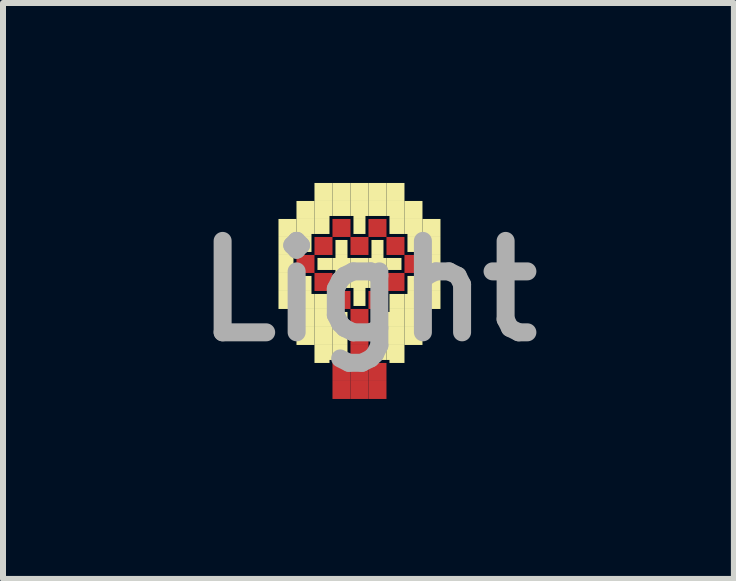
<source format=kicad_pcb>
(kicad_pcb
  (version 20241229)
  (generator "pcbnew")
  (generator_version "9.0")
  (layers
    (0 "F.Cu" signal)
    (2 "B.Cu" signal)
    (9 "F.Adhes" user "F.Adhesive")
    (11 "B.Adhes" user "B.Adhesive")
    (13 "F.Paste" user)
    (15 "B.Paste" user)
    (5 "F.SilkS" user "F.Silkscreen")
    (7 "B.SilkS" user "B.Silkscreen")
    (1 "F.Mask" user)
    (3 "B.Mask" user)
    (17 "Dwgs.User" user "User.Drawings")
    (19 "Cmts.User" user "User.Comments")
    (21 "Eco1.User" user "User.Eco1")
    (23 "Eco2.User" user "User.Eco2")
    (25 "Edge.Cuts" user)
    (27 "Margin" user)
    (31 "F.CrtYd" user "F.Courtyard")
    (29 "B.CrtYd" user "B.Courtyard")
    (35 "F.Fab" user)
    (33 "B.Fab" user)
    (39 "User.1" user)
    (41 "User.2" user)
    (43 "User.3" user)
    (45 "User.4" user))
  (footprint "Light"
    (layer "F.Cu")
    (at 3.092 1.8)
    (property "Reference" "Light" (at 0 0 0) (layer "F.Fab") (effects (font (size 1.524 1.524) (thickness 0.3))))
    (attr board_only exclude_from_pos_files exclude_from_bom)
    (fp_poly (pts (xy -1.2 -0.6) (xy -0.9 -0.6) (xy -0.9 -0.3) (xy -1.2 -0.3)) (stroke (width 0) (type solid)) (fill yes) (layer "F.Cu"))
    (fp_poly (pts (xy -0.9 -0.9) (xy -0.6 -0.9) (xy -0.6 -0.6) (xy -0.9 -0.6)) (stroke (width 0) (type solid)) (fill yes) (layer "F.Cu"))
    (fp_poly (pts (xy -0.9 -0.3) (xy -0.6 -0.3) (xy -0.6 0) (xy -0.9 0)) (stroke (width 0) (type solid)) (fill yes) (layer "F.Cu"))
    (fp_poly (pts (xy -0.6 -1.2) (xy -0.3 -1.2) (xy -0.3 -0.9) (xy -0.6 -0.9)) (stroke (width 0) (type solid)) (fill yes) (layer "F.Cu"))
    (fp_poly (pts (xy -0.6 0) (xy -0.3 0) (xy -0.3 0.3) (xy -0.6 0.3)) (stroke (width 0) (type solid)) (fill yes) (layer "F.Cu"))
    (fp_poly (pts (xy -0.6 1.2) (xy -0.3 1.2) (xy -0.3 1.5) (xy -0.6 1.5)) (stroke (width 0) (type solid)) (fill yes) (layer "F.Cu"))
    (fp_poly (pts (xy -0.6 1.5) (xy -0.3 1.5) (xy -0.3 1.8) (xy -0.6 1.8)) (stroke (width 0) (type solid)) (fill yes) (layer "F.Cu"))
    (fp_poly (pts (xy -0.3 -0.9) (xy 0 -0.9) (xy 0 -0.6) (xy -0.3 -0.6)) (stroke (width 0) (type solid)) (fill yes) (layer "F.Cu"))
    (fp_poly (pts (xy -0.3 0.3) (xy 0 0.3) (xy 0 0.6) (xy -0.3 0.6)) (stroke (width 0) (type solid)) (fill yes) (layer "F.Cu"))
    (fp_poly (pts (xy -0.3 0.6) (xy 0 0.6) (xy 0 0.9) (xy -0.3 0.9)) (stroke (width 0) (type solid)) (fill yes) (layer "F.Cu"))
    (fp_poly (pts (xy -0.3 0.9) (xy 0 0.9) (xy 0 1.2) (xy -0.3 1.2)) (stroke (width 0) (type solid)) (fill yes) (layer "F.Cu"))
    (fp_poly (pts (xy -0.3 1.2) (xy 0 1.2) (xy 0 1.5) (xy -0.3 1.5)) (stroke (width 0) (type solid)) (fill yes) (layer "F.Cu"))
    (fp_poly (pts (xy -0.3 1.5) (xy 0 1.5) (xy 0 1.8) (xy -0.3 1.8)) (stroke (width 0) (type solid)) (fill yes) (layer "F.Cu"))
    (fp_poly (pts (xy 0 -1.2) (xy 0.3 -1.2) (xy 0.3 -0.9) (xy 0 -0.9)) (stroke (width 0) (type solid)) (fill yes) (layer "F.Cu"))
    (fp_poly (pts (xy 0 0) (xy 0.3 0) (xy 0.3 0.3) (xy 0 0.3)) (stroke (width 0) (type solid)) (fill yes) (layer "F.Cu"))
    (fp_poly (pts (xy 0 1.2) (xy 0.3 1.2) (xy 0.3 1.5) (xy 0 1.5)) (stroke (width 0) (type solid)) (fill yes) (layer "F.Cu"))
    (fp_poly (pts (xy 0 1.5) (xy 0.3 1.5) (xy 0.3 1.8) (xy 0 1.8)) (stroke (width 0) (type solid)) (fill yes) (layer "F.Cu"))
    (fp_poly (pts (xy 0.3 -0.9) (xy 0.6 -0.9) (xy 0.6 -0.6) (xy 0.3 -0.6)) (stroke (width 0) (type solid)) (fill yes) (layer "F.Cu"))
    (fp_poly (pts (xy 0.3 -0.3) (xy 0.6 -0.3) (xy 0.6 0) (xy 0.3 0)) (stroke (width 0) (type solid)) (fill yes) (layer "F.Cu"))
    (fp_poly (pts (xy 0.6 -0.6) (xy 0.9 -0.6) (xy 0.9 -0.3) (xy 0.6 -0.3)) (stroke (width 0) (type solid)) (fill yes) (layer "F.Cu"))
    (fp_poly (pts (xy -1.2 -0.6) (xy -0.9 -0.6) (xy -0.9 -0.3) (xy -1.2 -0.3)) (stroke (width 0) (type solid)) (fill yes) (layer "F.Mask"))
    (fp_poly (pts (xy -0.9 -0.9) (xy -0.6 -0.9) (xy -0.6 -0.6) (xy -0.9 -0.6)) (stroke (width 0) (type solid)) (fill yes) (layer "F.Mask"))
    (fp_poly (pts (xy -0.9 -0.3) (xy -0.6 -0.3) (xy -0.6 0) (xy -0.9 0)) (stroke (width 0) (type solid)) (fill yes) (layer "F.Mask"))
    (fp_poly (pts (xy -0.6 -1.2) (xy -0.3 -1.2) (xy -0.3 -0.9) (xy -0.6 -0.9)) (stroke (width 0) (type solid)) (fill yes) (layer "F.Mask"))
    (fp_poly (pts (xy -0.6 0) (xy -0.3 0) (xy -0.3 0.3) (xy -0.6 0.3)) (stroke (width 0) (type solid)) (fill yes) (layer "F.Mask"))
    (fp_poly (pts (xy -0.6 1.2) (xy -0.3 1.2) (xy -0.3 1.5) (xy -0.6 1.5)) (stroke (width 0) (type solid)) (fill yes) (layer "F.Mask"))
    (fp_poly (pts (xy -0.6 1.5) (xy -0.3 1.5) (xy -0.3 1.8) (xy -0.6 1.8)) (stroke (width 0) (type solid)) (fill yes) (layer "F.Mask"))
    (fp_poly (pts (xy -0.3 -0.9) (xy 0 -0.9) (xy 0 -0.6) (xy -0.3 -0.6)) (stroke (width 0) (type solid)) (fill yes) (layer "F.Mask"))
    (fp_poly (pts (xy -0.3 0.3) (xy 0 0.3) (xy 0 0.6) (xy -0.3 0.6)) (stroke (width 0) (type solid)) (fill yes) (layer "F.Mask"))
    (fp_poly (pts (xy -0.3 0.6) (xy 0 0.6) (xy 0 0.9) (xy -0.3 0.9)) (stroke (width 0) (type solid)) (fill yes) (layer "F.Mask"))
    (fp_poly (pts (xy -0.3 0.9) (xy 0 0.9) (xy 0 1.2) (xy -0.3 1.2)) (stroke (width 0) (type solid)) (fill yes) (layer "F.Mask"))
    (fp_poly (pts (xy -0.3 1.2) (xy 0 1.2) (xy 0 1.5) (xy -0.3 1.5)) (stroke (width 0) (type solid)) (fill yes) (layer "F.Mask"))
    (fp_poly (pts (xy -0.3 1.5) (xy 0 1.5) (xy 0 1.8) (xy -0.3 1.8)) (stroke (width 0) (type solid)) (fill yes) (layer "F.Mask"))
    (fp_poly (pts (xy 0 -1.2) (xy 0.3 -1.2) (xy 0.3 -0.9) (xy 0 -0.9)) (stroke (width 0) (type solid)) (fill yes) (layer "F.Mask"))
    (fp_poly (pts (xy 0 0) (xy 0.3 0) (xy 0.3 0.3) (xy 0 0.3)) (stroke (width 0) (type solid)) (fill yes) (layer "F.Mask"))
    (fp_poly (pts (xy 0 1.2) (xy 0.3 1.2) (xy 0.3 1.5) (xy 0 1.5)) (stroke (width 0) (type solid)) (fill yes) (layer "F.Mask"))
    (fp_poly (pts (xy 0 1.5) (xy 0.3 1.5) (xy 0.3 1.8) (xy 0 1.8)) (stroke (width 0) (type solid)) (fill yes) (layer "F.Mask"))
    (fp_poly (pts (xy 0.3 -0.9) (xy 0.6 -0.9) (xy 0.6 -0.6) (xy 0.3 -0.6)) (stroke (width 0) (type solid)) (fill yes) (layer "F.Mask"))
    (fp_poly (pts (xy 0.3 -0.3) (xy 0.6 -0.3) (xy 0.6 0) (xy 0.3 0)) (stroke (width 0) (type solid)) (fill yes) (layer "F.Mask"))
    (fp_poly (pts (xy 0.6 -0.6) (xy 0.9 -0.6) (xy 0.9 -0.3) (xy 0.6 -0.3)) (stroke (width 0) (type solid)) (fill yes) (layer "F.Mask"))
    (fp_poly (pts (xy -1.5 -1.2) (xy -1.2 -1.2) (xy -1.2 -0.9) (xy -1.5 -0.9)) (stroke (width 0) (type solid)) (fill yes) (layer "F.SilkS"))
    (fp_poly (pts (xy -1.5 -0.6) (xy -1.25 -0.6) (xy -1.25 -0.3) (xy -1.5 -0.3)) (stroke (width 0) (type solid)) (fill yes) (layer "F.SilkS"))
    (fp_poly (pts (xy -1.5 0) (xy -1.2 0) (xy -1.2 0.3) (xy -1.5 0.3)) (stroke (width 0) (type solid)) (fill yes) (layer "F.SilkS"))
    (fp_poly (pts (xy -1.2 -1.5) (xy -0.9 -1.5) (xy -0.9 -1.2) (xy -1.2 -1.2)) (stroke (width 0) (type solid)) (fill yes) (layer "F.SilkS"))
    (fp_poly (pts (xy -1.2 -0.9) (xy -0.95 -0.9) (xy -0.95 -0.65) (xy -1.2 -0.65)) (stroke (width 0) (type solid)) (fill yes) (layer "F.SilkS"))
    (fp_poly (pts (xy -1.2 -0.25) (xy -0.95 -0.25) (xy -0.95 0) (xy -1.2 0)) (stroke (width 0) (type solid)) (fill yes) (layer "F.SilkS"))
    (fp_poly (pts (xy -1.2 0.3) (xy -0.9 0.3) (xy -0.9 0.6) (xy -1.2 0.6)) (stroke (width 0) (type solid)) (fill yes) (layer "F.SilkS"))
    (fp_poly (pts (xy -1.2 0.6) (xy -0.9 0.6) (xy -0.9 0.9) (xy -1.2 0.9)) (stroke (width 0) (type solid)) (fill yes) (layer "F.SilkS"))
    (fp_poly (pts (xy -0.9 -1.8) (xy -0.6 -1.8) (xy -0.6 -1.5) (xy -0.9 -1.5)) (stroke (width 0) (type solid)) (fill yes) (layer "F.SilkS"))
    (fp_poly (pts (xy -0.9 -1.2) (xy -0.65 -1.2) (xy -0.65 -0.95) (xy -0.9 -0.95)) (stroke (width 0) (type solid)) (fill yes) (layer "F.SilkS"))
    (fp_poly (pts (xy -0.9 0.05) (xy -0.65 0.05) (xy -0.65 0.3) (xy -0.9 0.3)) (stroke (width 0) (type solid)) (fill yes) (layer "F.SilkS"))
    (fp_poly (pts (xy -0.9 0.6) (xy -0.6 0.6) (xy -0.6 0.9) (xy -0.9 0.9)) (stroke (width 0) (type solid)) (fill yes) (layer "F.SilkS"))
    (fp_poly (pts (xy -0.85 -0.55) (xy -0.6 -0.55) (xy -0.6 -0.35) (xy -0.85 -0.35)) (stroke (width 0) (type solid)) (fill yes) (layer "F.SilkS"))
    (fp_poly (pts (xy -0.6 -1.8) (xy -0.3 -1.8) (xy -0.3 -1.5) (xy -0.6 -1.5)) (stroke (width 0) (type solid)) (fill yes) (layer "F.SilkS"))
    (fp_poly (pts (xy -0.6 -1.5) (xy -0.3 -1.5) (xy -0.3 -1.25) (xy -0.6 -1.25)) (stroke (width 0) (type solid)) (fill yes) (layer "F.SilkS"))
    (fp_poly (pts (xy -0.6 0.35) (xy -0.35 0.35) (xy -0.35 0.6) (xy -0.6 0.6)) (stroke (width 0) (type solid)) (fill yes) (layer "F.SilkS"))
    (fp_poly (pts (xy -0.6 0.6) (xy -0.35 0.6) (xy -0.35 0.9) (xy -0.6 0.9)) (stroke (width 0) (type solid)) (fill yes) (layer "F.SilkS"))
    (fp_poly (pts (xy -0.6 0.9) (xy -0.35 0.9) (xy -0.35 1.15) (xy -0.6 1.15)) (stroke (width 0) (type solid)) (fill yes) (layer "F.SilkS"))
    (fp_poly (pts (xy -0.55 -0.85) (xy -0.35 -0.85) (xy -0.35 -0.6) (xy -0.55 -0.6)) (stroke (width 0) (type solid)) (fill yes) (layer "F.SilkS"))
    (fp_poly (pts (xy -0.55 -0.3) (xy -0.3 -0.3) (xy -0.3 -0.05) (xy -0.55 -0.05)) (stroke (width 0) (type solid)) (fill yes) (layer "F.SilkS"))
    (fp_poly (pts (xy -0.3 -1.8) (xy 0 -1.8) (xy 0 -1.5) (xy -0.3 -1.5)) (stroke (width 0) (type solid)) (fill yes) (layer "F.SilkS"))
    (fp_poly (pts (xy -0.3 -0.55) (xy 0 -0.55) (xy 0 -0.3) (xy -0.3 -0.3)) (stroke (width 0) (type solid)) (fill yes) (layer "F.SilkS"))
    (fp_poly (pts (xy -0.25 -1.2) (xy -0.05 -1.2) (xy -0.05 -0.95) (xy -0.25 -0.95)) (stroke (width 0) (type solid)) (fill yes) (layer "F.SilkS"))
    (fp_poly (pts (xy -0.25 0) (xy -0.05 0) (xy -0.05 0.25) (xy -0.25 0.25)) (stroke (width 0) (type solid)) (fill yes) (layer "F.SilkS"))
    (fp_poly (pts (xy 0 -1.8) (xy 0.3 -1.8) (xy 0.3 -1.5) (xy 0 -1.5)) (stroke (width 0) (type solid)) (fill yes) (layer "F.SilkS"))
    (fp_poly (pts (xy 0 -1.5) (xy 0.3 -1.5) (xy 0.3 -1.25) (xy 0 -1.25)) (stroke (width 0) (type solid)) (fill yes) (layer "F.SilkS"))
    (fp_poly (pts (xy 0 -0.3) (xy 0.25 -0.3) (xy 0.25 -0.05) (xy 0 -0.05)) (stroke (width 0) (type solid)) (fill yes) (layer "F.SilkS"))
    (fp_poly (pts (xy 0.05 -0.85) (xy 0.25 -0.85) (xy 0.25 -0.6) (xy 0.05 -0.6)) (stroke (width 0) (type solid)) (fill yes) (layer "F.SilkS"))
    (fp_poly (pts (xy 0.05 0.35) (xy 0.3 0.35) (xy 0.3 0.6) (xy 0.05 0.6)) (stroke (width 0) (type solid)) (fill yes) (layer "F.SilkS"))
    (fp_poly (pts (xy 0.05 0.6) (xy 0.3 0.6) (xy 0.3 0.9) (xy 0.05 0.9)) (stroke (width 0) (type solid)) (fill yes) (layer "F.SilkS"))
    (fp_poly (pts (xy 0.05 0.9) (xy 0.3 0.9) (xy 0.3 1.15) (xy 0.05 1.15)) (stroke (width 0) (type solid)) (fill yes) (layer "F.SilkS"))
    (fp_poly (pts (xy 0.3 -1.8) (xy 0.6 -1.8) (xy 0.6 -1.5) (xy 0.3 -1.5)) (stroke (width 0) (type solid)) (fill yes) (layer "F.SilkS"))
    (fp_poly (pts (xy 0.3 -0.55) (xy 0.55 -0.55) (xy 0.55 -0.35) (xy 0.3 -0.35)) (stroke (width 0) (type solid)) (fill yes) (layer "F.SilkS"))
    (fp_poly (pts (xy 0.3 0.6) (xy 0.6 0.6) (xy 0.6 0.9) (xy 0.3 0.9)) (stroke (width 0) (type solid)) (fill yes) (layer "F.SilkS"))
    (fp_poly (pts (xy 0.35 -1.2) (xy 0.6 -1.2) (xy 0.6 -0.95) (xy 0.35 -0.95)) (stroke (width 0) (type solid)) (fill yes) (layer "F.SilkS"))
    (fp_poly (pts (xy 0.35 0.05) (xy 0.6 0.05) (xy 0.6 0.3) (xy 0.35 0.3)) (stroke (width 0) (type solid)) (fill yes) (layer "F.SilkS"))
    (fp_poly (pts (xy 0.6 -1.5) (xy 0.9 -1.5) (xy 0.9 -1.2) (xy 0.6 -1.2)) (stroke (width 0) (type solid)) (fill yes) (layer "F.SilkS"))
    (fp_poly (pts (xy 0.6 0.3) (xy 0.9 0.3) (xy 0.9 0.6) (xy 0.6 0.6)) (stroke (width 0) (type solid)) (fill yes) (layer "F.SilkS"))
    (fp_poly (pts (xy 0.6 0.6) (xy 0.9 0.6) (xy 0.9 0.9) (xy 0.6 0.9)) (stroke (width 0) (type solid)) (fill yes) (layer "F.SilkS"))
    (fp_poly (pts (xy 0.65 -0.9) (xy 0.9 -0.9) (xy 0.9 -0.65) (xy 0.65 -0.65)) (stroke (width 0) (type solid)) (fill yes) (layer "F.SilkS"))
    (fp_poly (pts (xy 0.65 -0.25) (xy 0.9 -0.25) (xy 0.9 0) (xy 0.65 0)) (stroke (width 0) (type solid)) (fill yes) (layer "F.SilkS"))
    (fp_poly (pts (xy 0.9 -1.2) (xy 1.2 -1.2) (xy 1.2 -0.9) (xy 0.9 -0.9)) (stroke (width 0) (type solid)) (fill yes) (layer "F.SilkS"))
    (fp_poly (pts (xy 0.9 0) (xy 1.2 0) (xy 1.2 0.3) (xy 0.9 0.3)) (stroke (width 0) (type solid)) (fill yes) (layer "F.SilkS"))
    (fp_poly (pts (xy 0.95 -0.6) (xy 1.2 -0.6) (xy 1.2 -0.3) (xy 0.95 -0.3)) (stroke (width 0) (type solid)) (fill yes) (layer "F.SilkS"))
    (fp_poly (pts (xy -1.5 -0.9) (xy -1.2 -0.9) (xy -1.2 -0.65) (xy -1.25 -0.65) (xy -1.25 -0.6) (xy -1.5 -0.6)) (stroke (width 0) (type solid)) (fill yes) (layer "F.SilkS"))
    (fp_poly (pts (xy -1.5 -0.3) (xy -1.25 -0.3) (xy -1.25 -0.25) (xy -1.2 -0.25) (xy -1.2 0) (xy -1.5 0)) (stroke (width 0) (type solid)) (fill yes) (layer "F.SilkS"))
    (fp_poly (pts (xy -1.2 -1.2) (xy -0.9 -1.2) (xy -0.9 -0.95) (xy -0.95 -0.95) (xy -0.95 -0.9) (xy -1.2 -0.9)) (stroke (width 0) (type solid)) (fill yes) (layer "F.SilkS"))
    (fp_poly (pts (xy -1.2 0) (xy -0.95 0) (xy -0.95 0.05) (xy -0.9 0.05) (xy -0.9 0.3) (xy -1.2 0.3)) (stroke (width 0) (type solid)) (fill yes) (layer "F.SilkS"))
    (fp_poly (pts (xy -0.9 -1.5) (xy -0.6 -1.5) (xy -0.6 -1.25) (xy -0.65 -1.25) (xy -0.65 -1.2) (xy -0.9 -1.2)) (stroke (width 0) (type solid)) (fill yes) (layer "F.SilkS"))
    (fp_poly (pts (xy -0.9 0.3) (xy -0.65 0.3) (xy -0.65 0.35) (xy -0.6 0.35) (xy -0.6 0.6) (xy -0.9 0.6)) (stroke (width 0) (type solid)) (fill yes) (layer "F.SilkS"))
    (fp_poly (pts (xy -0.9 0.9) (xy -0.6 0.9) (xy -0.6 1.15) (xy -0.65 1.15) (xy -0.65 1.2) (xy -0.9 1.2)) (stroke (width 0) (type solid)) (fill yes) (layer "F.SilkS"))
    (fp_poly (pts (xy 0.3 -1.5) (xy 0.6 -1.5) (xy 0.6 -1.2) (xy 0.35 -1.2) (xy 0.35 -1.25) (xy 0.3 -1.25)) (stroke (width 0) (type solid)) (fill yes) (layer "F.SilkS"))
    (fp_poly (pts (xy 0.3 0.35) (xy 0.35 0.35) (xy 0.35 0.3) (xy 0.6 0.3) (xy 0.6 0.6) (xy 0.3 0.6)) (stroke (width 0) (type solid)) (fill yes) (layer "F.SilkS"))
    (fp_poly (pts (xy 0.3 0.9) (xy 0.6 0.9) (xy 0.6 1.2) (xy 0.35 1.2) (xy 0.35 1.15) (xy 0.3 1.15)) (stroke (width 0) (type solid)) (fill yes) (layer "F.SilkS"))
    (fp_poly (pts (xy 0.6 -1.2) (xy 0.9 -1.2) (xy 0.9 -0.9) (xy 0.65 -0.9) (xy 0.65 -0.95) (xy 0.6 -0.95)) (stroke (width 0) (type solid)) (fill yes) (layer "F.SilkS"))
    (fp_poly (pts (xy 0.6 0.05) (xy 0.65 0.05) (xy 0.65 0) (xy 0.9 0) (xy 0.9 0.3) (xy 0.6 0.3)) (stroke (width 0) (type solid)) (fill yes) (layer "F.SilkS"))
    (fp_poly (pts (xy 0.9 -0.9) (xy 1.2 -0.9) (xy 1.2 -0.6) (xy 0.95 -0.6) (xy 0.95 -0.65) (xy 0.9 -0.65)) (stroke (width 0) (type solid)) (fill yes) (layer "F.SilkS"))
    (fp_poly (pts (xy 0.9 -0.25) (xy 0.95 -0.25) (xy 0.95 -0.3) (xy 1.2 -0.3) (xy 1.2 0) (xy 0.9 0)) (stroke (width 0) (type solid)) (fill yes) (layer "F.SilkS"))
    (fp_poly (pts (xy -0.3 -1.5) (xy 0 -1.5) (xy 0 -1.25) (xy -0.05 -1.25) (xy -0.05 -1.2) (xy -0.25 -1.2) (xy -0.25 -1.25) (xy -0.3 -1.25)) (stroke (width 0) (type solid)) (fill yes) (layer "F.SilkS"))
    (fp_poly (pts (xy -0.3 -0.3) (xy 0 -0.3) (xy 0 -0.05) (xy -0.05 -0.05) (xy -0.05 0) (xy -0.25 0) (xy -0.25 -0.05) (xy -0.3 -0.05)) (stroke (width 0) (type solid)) (fill yes) (layer "F.SilkS"))
    (fp_poly (pts (xy -0.6 -0.55) (xy -0.55 -0.55) (xy -0.55 -0.6) (xy -0.35 -0.6) (xy -0.35 -0.55) (xy -0.3 -0.55) (xy -0.3 -0.3) (xy -0.55 -0.3) (xy -0.55 -0.35) (xy -0.6 -0.35)) (stroke (width 0) (type solid)) (fill yes) (layer "F.SilkS"))
    (fp_poly (pts (xy 0 -0.55) (xy 0.05 -0.55) (xy 0.05 -0.6) (xy 0.25 -0.6) (xy 0.25 -0.55) (xy 0.3 -0.55) (xy 0.3 -0.35) (xy 0.25 -0.35) (xy 0.25 -0.3) (xy 0 -0.3)) (stroke (width 0) (type solid)) (fill yes) (layer "F.SilkS")))
  (gr_rect
    (start -3 -3)
    (end 9.183 6.6)
    (stroke (width 0.1) (type default))
    (fill no)
    (layer "Edge.Cuts")))
</source>
